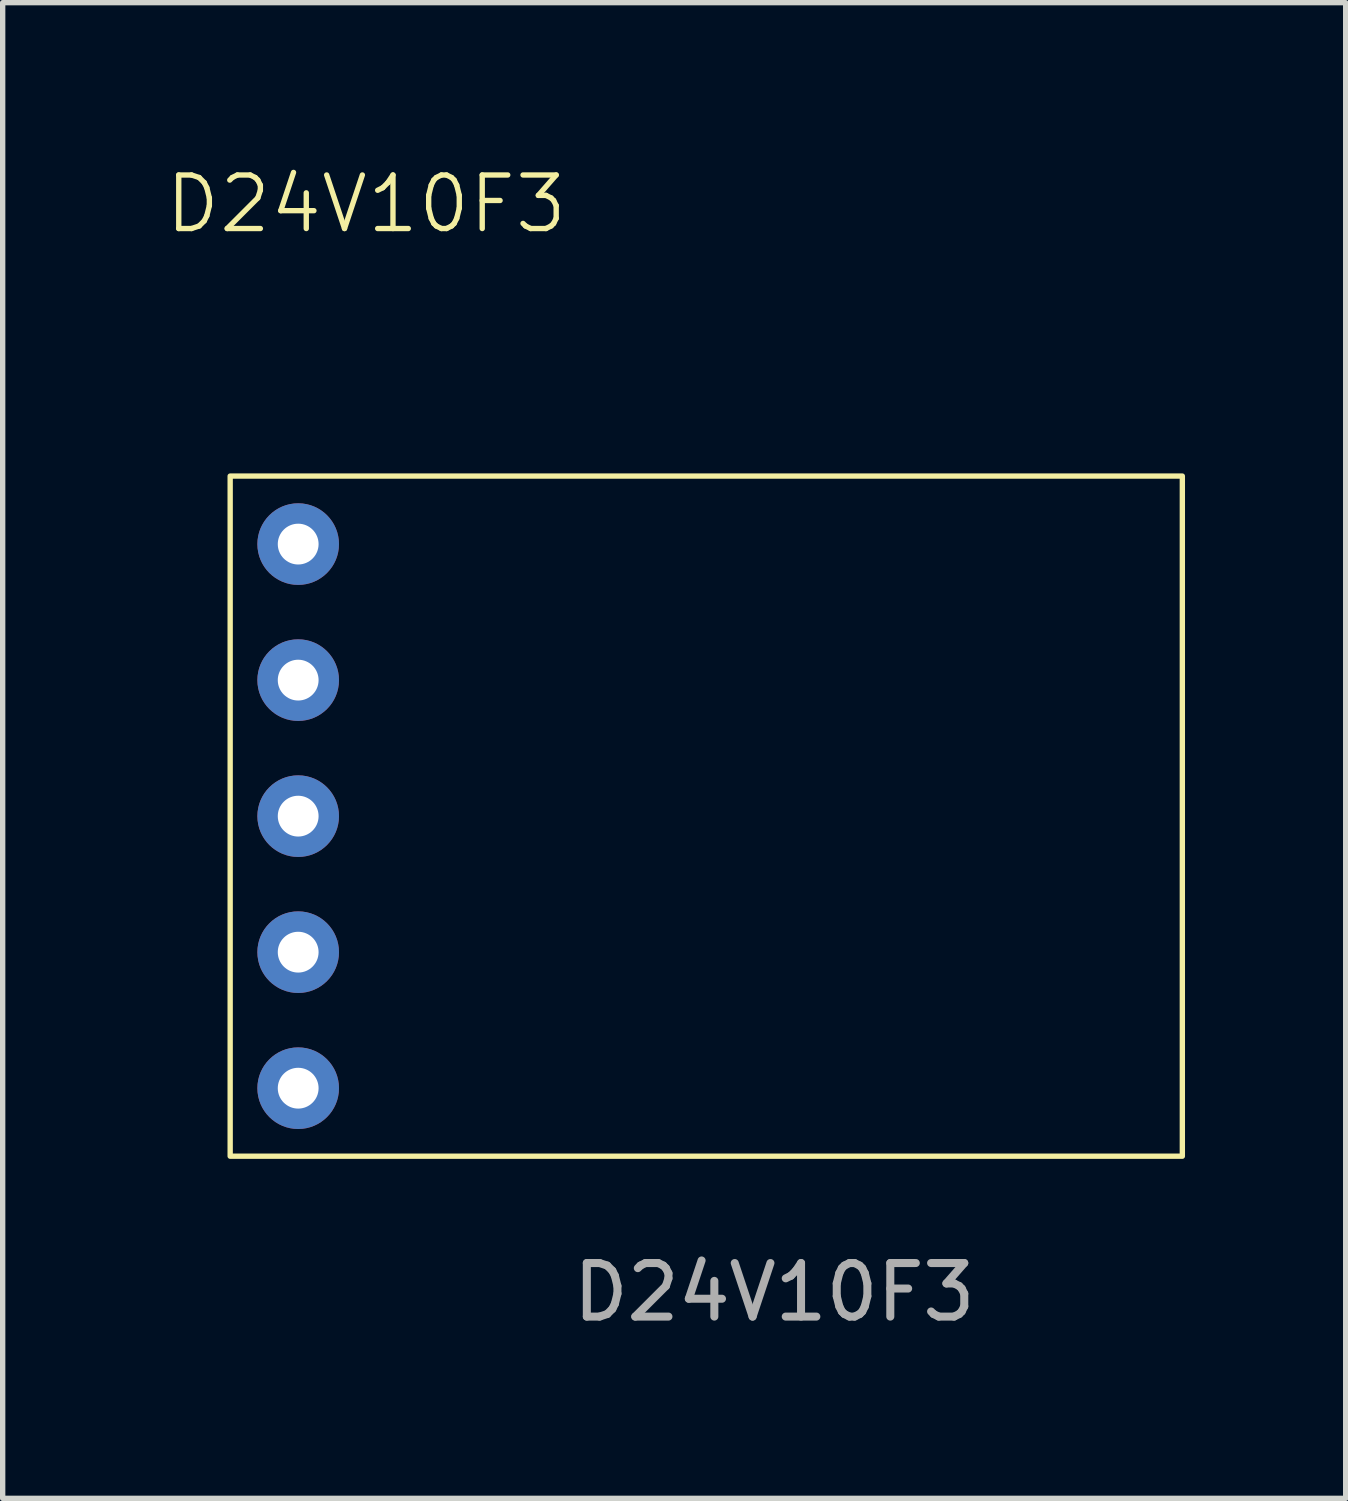
<source format=kicad_pcb>
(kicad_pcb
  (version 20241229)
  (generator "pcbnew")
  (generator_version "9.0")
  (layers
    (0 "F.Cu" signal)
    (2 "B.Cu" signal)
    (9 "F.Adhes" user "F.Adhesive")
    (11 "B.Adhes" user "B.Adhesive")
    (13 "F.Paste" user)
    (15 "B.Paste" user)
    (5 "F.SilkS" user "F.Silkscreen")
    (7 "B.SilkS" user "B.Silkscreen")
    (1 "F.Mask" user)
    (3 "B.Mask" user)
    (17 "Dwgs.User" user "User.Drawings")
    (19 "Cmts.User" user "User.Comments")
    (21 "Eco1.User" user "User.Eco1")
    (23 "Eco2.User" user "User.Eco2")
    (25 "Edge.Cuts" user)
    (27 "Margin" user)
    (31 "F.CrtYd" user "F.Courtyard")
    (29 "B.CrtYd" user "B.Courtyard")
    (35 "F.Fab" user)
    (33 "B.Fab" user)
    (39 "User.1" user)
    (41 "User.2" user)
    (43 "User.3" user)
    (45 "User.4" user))
  (footprint "D24V10F3"
    (layer "F.Cu")
    (at 1.248 5.84)
    (property "Reference" "D24V10F3" (at 2.54 -5.08 0) (unlocked yes) (layer "F.SilkS") (effects (font (size 1 1) (thickness 0.1))))
    (attr through_hole)
    (fp_rect (start 0 0) (end 17.78 12.7) (stroke (width 0.1) (type default)) (fill no) (layer "F.SilkS"))
    (fp_text user "${REFERENCE}" (at 10.16 15.24 0) (unlocked yes) (layer "F.Fab") (effects (font (size 1 1) (thickness 0.15))))
    (pad "1" thru_hole circle (at 1.27 1.27) (size 1.524 1.524) (drill 0.762) (layers "*.Cu" "*.Mask"))
    (pad "2" thru_hole circle (at 1.27 3.81) (size 1.524 1.524) (drill 0.762) (layers "*.Cu" "*.Mask"))
    (pad "3" thru_hole circle (at 1.27 6.35) (size 1.524 1.524) (drill 0.762) (layers "*.Cu" "*.Mask"))
    (pad "4" thru_hole circle (at 1.27 8.89) (size 1.524 1.524) (drill 0.762) (layers "*.Cu" "*.Mask"))
    (pad "5" thru_hole circle (at 1.27 11.43) (size 1.524 1.524) (drill 0.762) (layers "*.Cu" "*.Mask")))
  (gr_rect
    (start -3 -3)
    (end 22.078 24.929)
    (stroke (width 0.1) (type default))
    (fill no)
    (layer "Edge.Cuts")))
</source>
